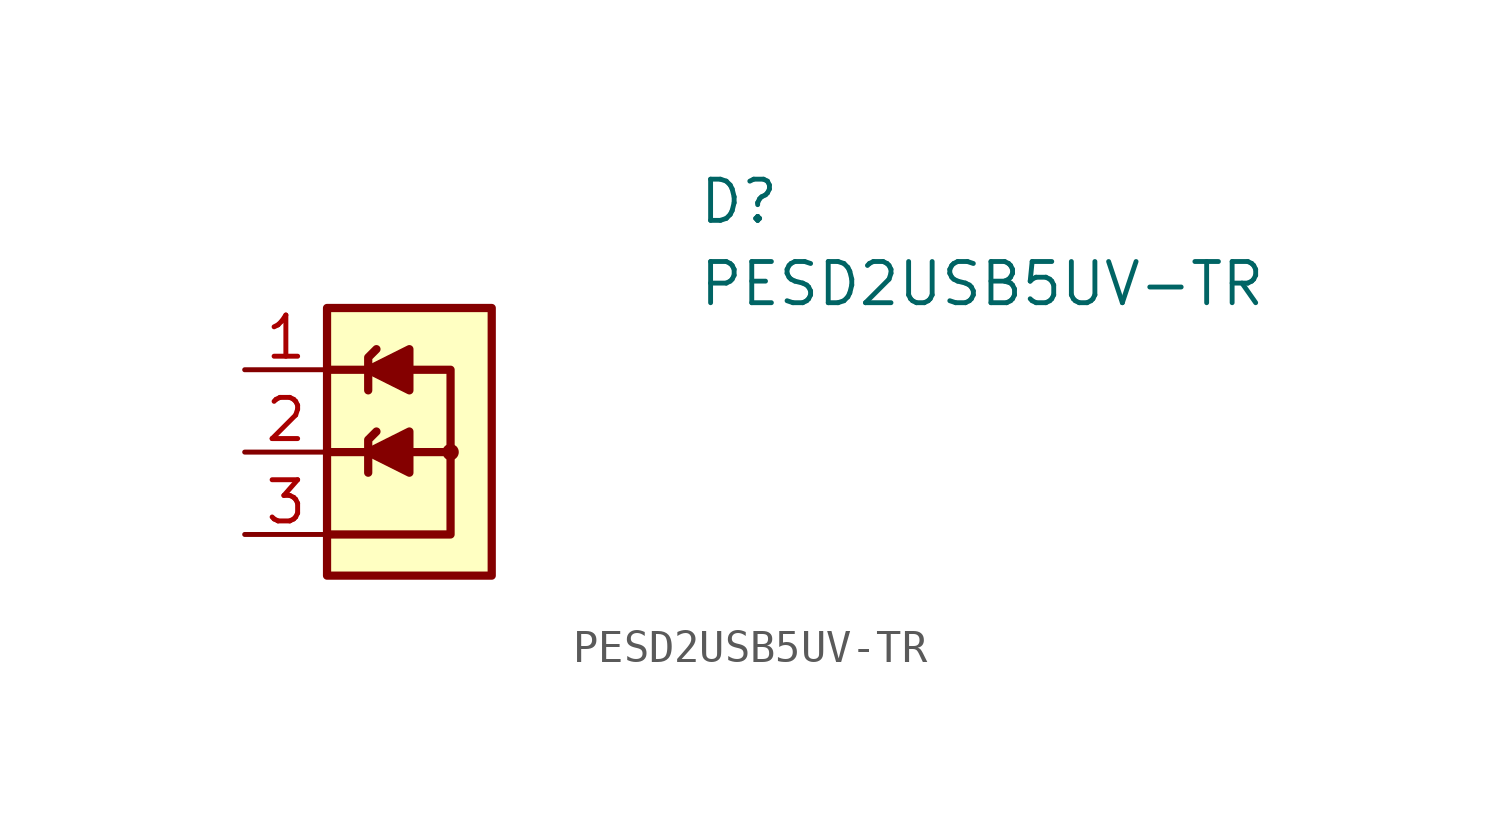
<source format=kicad_sym>
(kicad_symbol_lib
  (version 20211014)
  (generator kicad_symbol_editor)
  (symbol "PESD2USB5UV-TR"
    (pin_names hide)
    (property "Reference" "D"
      (at 13.97 4.445 0)
      (effects (font (size 1.27 1.27) (thickness 0.15)) (justify left bottom)))
    (property "Value" "PESD2USB5UV-TR"
      (at 13.97 1.905 0)
      (effects (font (size 1.27 1.27) (thickness 0.15)) (justify left bottom)))
    (symbol "PESD2USB5UV-TR_0_1"
      (polyline (pts (xy 3.81 -2.54) (xy 2.54 -2.54)) (stroke (width 0.254) (type default) (color 0 0 0 0)) (fill (type none)))
      (polyline (pts (xy 3.81 0) (xy 2.54 0)) (stroke (width 0.254) (type default) (color 0 0 0 0)) (fill (type none)))
      (polyline (pts (xy 5.08 -2.54) (xy 6.35 -2.54)) (stroke (width 0.254) (type default) (color 0 0 0 0)) (fill (type none)))
      (polyline (pts (xy 2.54 -5.08) (xy 6.35 -5.08) (xy 6.35 0) (xy 5.08 0)) (stroke (width 0.254) (type default) (color 0 0 0 0)) (fill (type none))))
    (symbol "PESD2USB5UV-TR_1_1"
      (polyline (pts (xy 3.81 -3.175) (xy 3.81 -2.921) (xy 3.81 -2.159) (xy 4.064 -1.905)) (stroke (width 0.254) (type default) (color 0 0 0 0)) (fill (type background)))
      (polyline (pts (xy 3.81 -0.635) (xy 3.81 -0.381) (xy 3.81 0.381) (xy 4.064 0.635)) (stroke (width 0.254) (type default) (color 0 0 0 0)) (fill (type background)))
      (polyline (pts (xy 5.08 -3.175) (xy 5.08 -1.905) (xy 3.81 -2.54) (xy 5.08 -3.175)) (stroke (width 0.254) (type default) (color 0 0 0 0)) (fill (type outline)))
      (polyline (pts (xy 5.08 -0.635) (xy 5.08 0.635) (xy 3.81 0) (xy 5.08 -0.635)) (stroke (width 0.254) (type default) (color 0 0 0 0)) (fill (type outline)))
      (rectangle (start 2.54 1.905) (end 7.62 -6.35) (stroke (width 0.254) (type default) (color 0 0 0 0)) (fill (type background)))
      (circle (center 6.35 -2.54) (radius 0.127) (stroke (width 0.254) (type default) (color 0 0 0 0)) (fill (type background)))
      (pin passive line (at 0 0 0) (length 2.54) (name "1" (effects (font (size 1.27 1.27)))) (number "1" (effects (font (size 1.27 1.27)))))
      (pin passive line (at 0 -2.54 0) (length 2.54) (name "2" (effects (font (size 1.27 1.27)))) (number "2" (effects (font (size 1.27 1.27)))))
      (pin passive line (at 0 -5.08 0) (length 2.54) (name "3" (effects (font (size 1.27 1.27)))) (number "3" (effects (font (size 1.27 1.27))))))))
</source>
